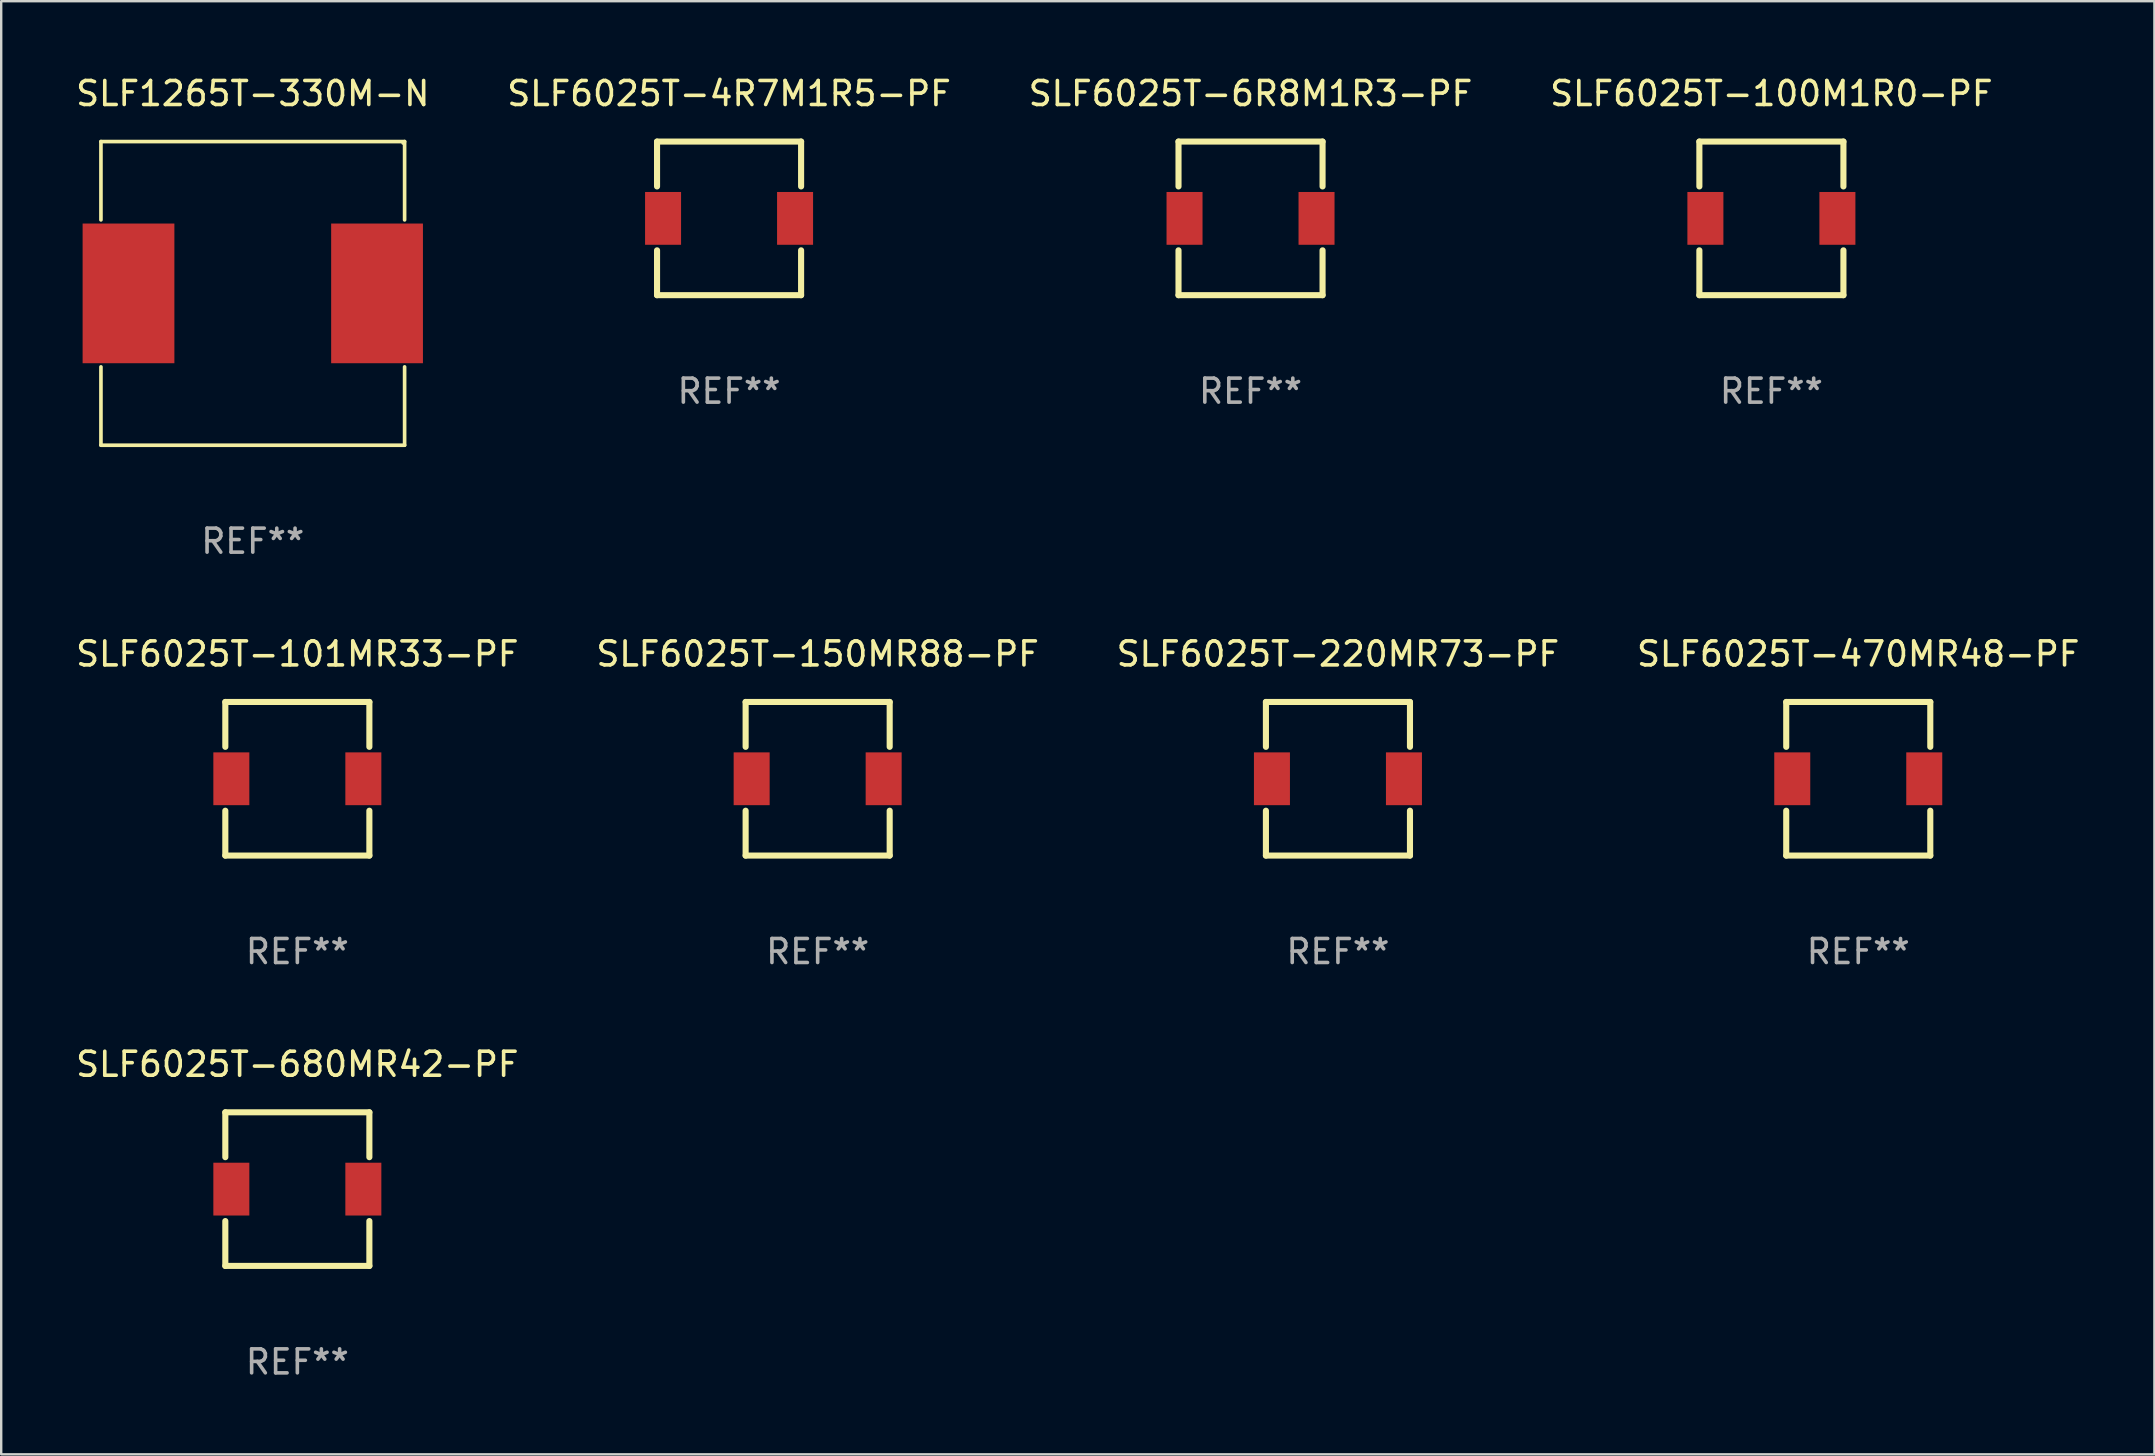
<source format=kicad_pcb>
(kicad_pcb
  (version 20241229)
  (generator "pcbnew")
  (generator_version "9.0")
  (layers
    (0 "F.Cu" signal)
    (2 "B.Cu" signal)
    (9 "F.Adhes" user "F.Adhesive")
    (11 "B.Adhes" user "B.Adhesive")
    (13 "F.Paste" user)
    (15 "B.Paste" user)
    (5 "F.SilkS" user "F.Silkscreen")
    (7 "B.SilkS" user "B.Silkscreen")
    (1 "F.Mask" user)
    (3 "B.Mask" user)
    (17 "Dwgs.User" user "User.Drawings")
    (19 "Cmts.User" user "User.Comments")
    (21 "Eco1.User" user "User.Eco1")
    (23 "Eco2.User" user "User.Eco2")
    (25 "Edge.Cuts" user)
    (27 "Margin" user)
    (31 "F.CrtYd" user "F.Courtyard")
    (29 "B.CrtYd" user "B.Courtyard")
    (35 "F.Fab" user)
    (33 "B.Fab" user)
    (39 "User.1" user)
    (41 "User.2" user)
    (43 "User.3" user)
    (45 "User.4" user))
  (footprint "SLF6025T-101MR33-PF"
    (layer "F.Cu")
    (at 9.339 29.398)
    (property "Reference" "SLF6025T-101MR33-PF" (at 0 -5.2 0) (layer "F.SilkS") (effects (font (size 1 1) (thickness 0.15))))
    (attr through_hole)
    (fp_line (start -3.001 -3.2) (end -3.001 -1.331) (stroke (width 0.254) (type solid)) (layer "F.SilkS"))
    (fp_line (start -3.001 -3.2) (end 3.001 -3.2) (stroke (width 0.254) (type solid)) (layer "F.SilkS"))
    (fp_line (start -3.001 1.331) (end -3.001 3.2) (stroke (width 0.254) (type solid)) (layer "F.SilkS"))
    (fp_line (start -3.001 3.2) (end 3.001 3.2) (stroke (width 0.254) (type solid)) (layer "F.SilkS"))
    (fp_line (start 3.001 -3.2) (end 3.001 -1.331) (stroke (width 0.254) (type solid)) (layer "F.SilkS"))
    (fp_line (start 3.001 1.331) (end 3.001 3.2) (stroke (width 0.254) (type solid)) (layer "F.SilkS"))
    (fp_circle (center -3 3) (end -2.97 3) (stroke (width 0.06) (type solid)) (fill no) (layer "F.SilkS"))
    (fp_text user "REF**" (at 0 7.2 0) (layer "F.Fab") (effects (font (size 1 1) (thickness 0.15))))
    (pad "1" smd rect (at -2.75 0) (size 1.5 2.2) (layers "F.Cu" "F.Mask" "F.Paste"))
    (pad "2" smd rect (at 2.75 0) (size 1.5 2.2) (layers "F.Cu" "F.Mask" "F.Paste")))
  (footprint "SLF1265T-330M-N"
    (layer "F.Cu")
    (at 7.482 9.174)
    (property "Reference" "SLF1265T-330M-N" (at 0 -8.326 0) (layer "F.SilkS") (effects (font (size 1 1) (thickness 0.15))))
    (attr through_hole)
    (fp_line (start -6.326 -6.326) (end 6.326 -6.326) (stroke (width 0.152) (type solid)) (layer "F.SilkS"))
    (fp_line (start -6.326 -3.062) (end -6.326 -6.326) (stroke (width 0.152) (type solid)) (layer "F.SilkS"))
    (fp_line (start -6.326 3.062) (end -6.326 6.326) (stroke (width 0.152) (type solid)) (layer "F.SilkS"))
    (fp_line (start -6.326 6.326) (end 6.326 6.326) (stroke (width 0.152) (type solid)) (layer "F.SilkS"))
    (fp_line (start 6.326 -6.326) (end 6.326 -3.062) (stroke (width 0.152) (type solid)) (layer "F.SilkS"))
    (fp_line (start 6.326 6.326) (end 6.326 3.062) (stroke (width 0.152) (type solid)) (layer "F.SilkS"))
    (fp_circle (center 6.25 -6.25) (end 6.28 -6.25) (stroke (width 0.06) (type solid)) (fill no) (layer "F.SilkS"))
    (fp_text user "REF**" (at 0 10.326 0) (layer "F.Fab") (effects (font (size 1 1) (thickness 0.15))))
    (pad "1" smd rect (at 5.178 0) (size 3.824 5.82) (layers "F.Cu" "F.Mask" "F.Paste"))
    (pad "2" smd rect (at -5.178 0) (size 3.824 5.82) (layers "F.Cu" "F.Mask" "F.Paste")))
  (footprint "SLF6025T-470MR48-PF"
    (layer "F.Cu")
    (at 74.375 29.398)
    (property "Reference" "SLF6025T-470MR48-PF" (at 0 -5.2 0) (layer "F.SilkS") (effects (font (size 1 1) (thickness 0.15))))
    (attr through_hole)
    (fp_line (start -3.001 -3.2) (end -3.001 -1.331) (stroke (width 0.254) (type solid)) (layer "F.SilkS"))
    (fp_line (start -3.001 -3.2) (end 3.001 -3.2) (stroke (width 0.254) (type solid)) (layer "F.SilkS"))
    (fp_line (start -3.001 1.331) (end -3.001 3.2) (stroke (width 0.254) (type solid)) (layer "F.SilkS"))
    (fp_line (start -3.001 3.2) (end 3.001 3.2) (stroke (width 0.254) (type solid)) (layer "F.SilkS"))
    (fp_line (start 3.001 -3.2) (end 3.001 -1.331) (stroke (width 0.254) (type solid)) (layer "F.SilkS"))
    (fp_line (start 3.001 1.331) (end 3.001 3.2) (stroke (width 0.254) (type solid)) (layer "F.SilkS"))
    (fp_circle (center -3 3) (end -2.97 3) (stroke (width 0.06) (type solid)) (fill no) (layer "F.SilkS"))
    (fp_text user "REF**" (at 0 7.2 0) (layer "F.Fab") (effects (font (size 1 1) (thickness 0.15))))
    (pad "1" smd rect (at -2.75 0) (size 1.5 2.2) (layers "F.Cu" "F.Mask" "F.Paste"))
    (pad "2" smd rect (at 2.75 0) (size 1.5 2.2) (layers "F.Cu" "F.Mask" "F.Paste")))
  (footprint "SLF6025T-220MR73-PF"
    (layer "F.Cu")
    (at 52.696 29.398)
    (property "Reference" "SLF6025T-220MR73-PF" (at 0 -5.2 0) (layer "F.SilkS") (effects (font (size 1 1) (thickness 0.15))))
    (attr through_hole)
    (fp_line (start -3.001 -3.2) (end -3.001 -1.331) (stroke (width 0.254) (type solid)) (layer "F.SilkS"))
    (fp_line (start -3.001 -3.2) (end 3.001 -3.2) (stroke (width 0.254) (type solid)) (layer "F.SilkS"))
    (fp_line (start -3.001 1.331) (end -3.001 3.2) (stroke (width 0.254) (type solid)) (layer "F.SilkS"))
    (fp_line (start -3.001 3.2) (end 3.001 3.2) (stroke (width 0.254) (type solid)) (layer "F.SilkS"))
    (fp_line (start 3.001 -3.2) (end 3.001 -1.331) (stroke (width 0.254) (type solid)) (layer "F.SilkS"))
    (fp_line (start 3.001 1.331) (end 3.001 3.2) (stroke (width 0.254) (type solid)) (layer "F.SilkS"))
    (fp_circle (center -3 3) (end -2.97 3) (stroke (width 0.06) (type solid)) (fill no) (layer "F.SilkS"))
    (fp_text user "REF**" (at 0 7.2 0) (layer "F.Fab") (effects (font (size 1 1) (thickness 0.15))))
    (pad "1" smd rect (at -2.75 0) (size 1.5 2.2) (layers "F.Cu" "F.Mask" "F.Paste"))
    (pad "2" smd rect (at 2.75 0) (size 1.5 2.2) (layers "F.Cu" "F.Mask" "F.Paste")))
  (footprint "SLF6025T-150MR88-PF"
    (layer "F.Cu")
    (at 31.018 29.398)
    (property "Reference" "SLF6025T-150MR88-PF" (at 0 -5.2 0) (layer "F.SilkS") (effects (font (size 1 1) (thickness 0.15))))
    (attr through_hole)
    (fp_line (start -3.001 -3.2) (end -3.001 -1.331) (stroke (width 0.254) (type solid)) (layer "F.SilkS"))
    (fp_line (start -3.001 -3.2) (end 3.001 -3.2) (stroke (width 0.254) (type solid)) (layer "F.SilkS"))
    (fp_line (start -3.001 1.331) (end -3.001 3.2) (stroke (width 0.254) (type solid)) (layer "F.SilkS"))
    (fp_line (start -3.001 3.2) (end 3.001 3.2) (stroke (width 0.254) (type solid)) (layer "F.SilkS"))
    (fp_line (start 3.001 -3.2) (end 3.001 -1.331) (stroke (width 0.254) (type solid)) (layer "F.SilkS"))
    (fp_line (start 3.001 1.331) (end 3.001 3.2) (stroke (width 0.254) (type solid)) (layer "F.SilkS"))
    (fp_circle (center -3 3) (end -2.97 3) (stroke (width 0.06) (type solid)) (fill no) (layer "F.SilkS"))
    (fp_text user "REF**" (at 0 7.2 0) (layer "F.Fab") (effects (font (size 1 1) (thickness 0.15))))
    (pad "1" smd rect (at -2.75 0) (size 1.5 2.2) (layers "F.Cu" "F.Mask" "F.Paste"))
    (pad "2" smd rect (at 2.75 0) (size 1.5 2.2) (layers "F.Cu" "F.Mask" "F.Paste")))
  (footprint "SLF6025T-6R8M1R3-PF"
    (layer "F.Cu")
    (at 49.054 6.049)
    (property "Reference" "SLF6025T-6R8M1R3-PF" (at 0 -5.2 0) (layer "F.SilkS") (effects (font (size 1 1) (thickness 0.15))))
    (attr through_hole)
    (fp_line (start -3.001 -3.2) (end -3.001 -1.331) (stroke (width 0.254) (type solid)) (layer "F.SilkS"))
    (fp_line (start -3.001 -3.2) (end 3.001 -3.2) (stroke (width 0.254) (type solid)) (layer "F.SilkS"))
    (fp_line (start -3.001 1.331) (end -3.001 3.2) (stroke (width 0.254) (type solid)) (layer "F.SilkS"))
    (fp_line (start -3.001 3.2) (end 3.001 3.2) (stroke (width 0.254) (type solid)) (layer "F.SilkS"))
    (fp_line (start 3.001 -3.2) (end 3.001 -1.331) (stroke (width 0.254) (type solid)) (layer "F.SilkS"))
    (fp_line (start 3.001 1.331) (end 3.001 3.2) (stroke (width 0.254) (type solid)) (layer "F.SilkS"))
    (fp_circle (center -3 3) (end -2.97 3) (stroke (width 0.06) (type solid)) (fill no) (layer "F.SilkS"))
    (fp_text user "REF**" (at 0 7.2 0) (layer "F.Fab") (effects (font (size 1 1) (thickness 0.15))))
    (pad "1" smd rect (at -2.75 0) (size 1.5 2.2) (layers "F.Cu" "F.Mask" "F.Paste"))
    (pad "2" smd rect (at 2.75 0) (size 1.5 2.2) (layers "F.Cu" "F.Mask" "F.Paste")))
  (footprint "SLF6025T-680MR42-PF"
    (layer "F.Cu")
    (at 9.339 46.495)
    (property "Reference" "SLF6025T-680MR42-PF" (at 0 -5.2 0) (layer "F.SilkS") (effects (font (size 1 1) (thickness 0.15))))
    (attr through_hole)
    (fp_line (start -3.001 -3.2) (end -3.001 -1.331) (stroke (width 0.254) (type solid)) (layer "F.SilkS"))
    (fp_line (start -3.001 -3.2) (end 3.001 -3.2) (stroke (width 0.254) (type solid)) (layer "F.SilkS"))
    (fp_line (start -3.001 1.331) (end -3.001 3.2) (stroke (width 0.254) (type solid)) (layer "F.SilkS"))
    (fp_line (start -3.001 3.2) (end 3.001 3.2) (stroke (width 0.254) (type solid)) (layer "F.SilkS"))
    (fp_line (start 3.001 -3.2) (end 3.001 -1.331) (stroke (width 0.254) (type solid)) (layer "F.SilkS"))
    (fp_line (start 3.001 1.331) (end 3.001 3.2) (stroke (width 0.254) (type solid)) (layer "F.SilkS"))
    (fp_circle (center -3 3) (end -2.97 3) (stroke (width 0.06) (type solid)) (fill no) (layer "F.SilkS"))
    (fp_text user "REF**" (at 0 7.2 0) (layer "F.Fab") (effects (font (size 1 1) (thickness 0.15))))
    (pad "1" smd rect (at -2.75 0) (size 1.5 2.2) (layers "F.Cu" "F.Mask" "F.Paste"))
    (pad "2" smd rect (at 2.75 0) (size 1.5 2.2) (layers "F.Cu" "F.Mask" "F.Paste")))
  (footprint "SLF6025T-100M1R0-PF"
    (layer "F.Cu")
    (at 70.756 6.049)
    (property "Reference" "SLF6025T-100M1R0-PF" (at 0 -5.2 0) (layer "F.SilkS") (effects (font (size 1 1) (thickness 0.15))))
    (attr through_hole)
    (fp_line (start -3.001 -3.2) (end -3.001 -1.331) (stroke (width 0.254) (type solid)) (layer "F.SilkS"))
    (fp_line (start -3.001 -3.2) (end 3.001 -3.2) (stroke (width 0.254) (type solid)) (layer "F.SilkS"))
    (fp_line (start -3.001 1.331) (end -3.001 3.2) (stroke (width 0.254) (type solid)) (layer "F.SilkS"))
    (fp_line (start -3.001 3.2) (end 3.001 3.2) (stroke (width 0.254) (type solid)) (layer "F.SilkS"))
    (fp_line (start 3.001 -3.2) (end 3.001 -1.331) (stroke (width 0.254) (type solid)) (layer "F.SilkS"))
    (fp_line (start 3.001 1.331) (end 3.001 3.2) (stroke (width 0.254) (type solid)) (layer "F.SilkS"))
    (fp_circle (center -3 3) (end -2.97 3) (stroke (width 0.06) (type solid)) (fill no) (layer "F.SilkS"))
    (fp_text user "REF**" (at 0 7.2 0) (layer "F.Fab") (effects (font (size 1 1) (thickness 0.15))))
    (pad "1" smd rect (at -2.75 0) (size 1.5 2.2) (layers "F.Cu" "F.Mask" "F.Paste"))
    (pad "2" smd rect (at 2.75 0) (size 1.5 2.2) (layers "F.Cu" "F.Mask" "F.Paste")))
  (footprint "SLF6025T-4R7M1R5-PF"
    (layer "F.Cu")
    (at 27.327 6.049)
    (property "Reference" "SLF6025T-4R7M1R5-PF" (at 0 -5.2 0) (layer "F.SilkS") (effects (font (size 1 1) (thickness 0.15))))
    (attr through_hole)
    (fp_line (start -3.001 -3.2) (end -3.001 -1.331) (stroke (width 0.254) (type solid)) (layer "F.SilkS"))
    (fp_line (start -3.001 -3.2) (end 3.001 -3.2) (stroke (width 0.254) (type solid)) (layer "F.SilkS"))
    (fp_line (start -3.001 1.331) (end -3.001 3.2) (stroke (width 0.254) (type solid)) (layer "F.SilkS"))
    (fp_line (start -3.001 3.2) (end 3.001 3.2) (stroke (width 0.254) (type solid)) (layer "F.SilkS"))
    (fp_line (start 3.001 -3.2) (end 3.001 -1.331) (stroke (width 0.254) (type solid)) (layer "F.SilkS"))
    (fp_line (start 3.001 1.331) (end 3.001 3.2) (stroke (width 0.254) (type solid)) (layer "F.SilkS"))
    (fp_circle (center -3 3) (end -2.97 3) (stroke (width 0.06) (type solid)) (fill no) (layer "F.SilkS"))
    (fp_text user "REF**" (at 0 7.2 0) (layer "F.Fab") (effects (font (size 1 1) (thickness 0.15))))
    (pad "1" smd rect (at -2.75 0) (size 1.5 2.2) (layers "F.Cu" "F.Mask" "F.Paste"))
    (pad "2" smd rect (at 2.75 0) (size 1.5 2.2) (layers "F.Cu" "F.Mask" "F.Paste")))
  (gr_rect
    (start -3 -3)
    (end 86.714 57.544)
    (stroke (width 0.1) (type default))
    (fill no)
    (layer "Edge.Cuts")))
</source>
